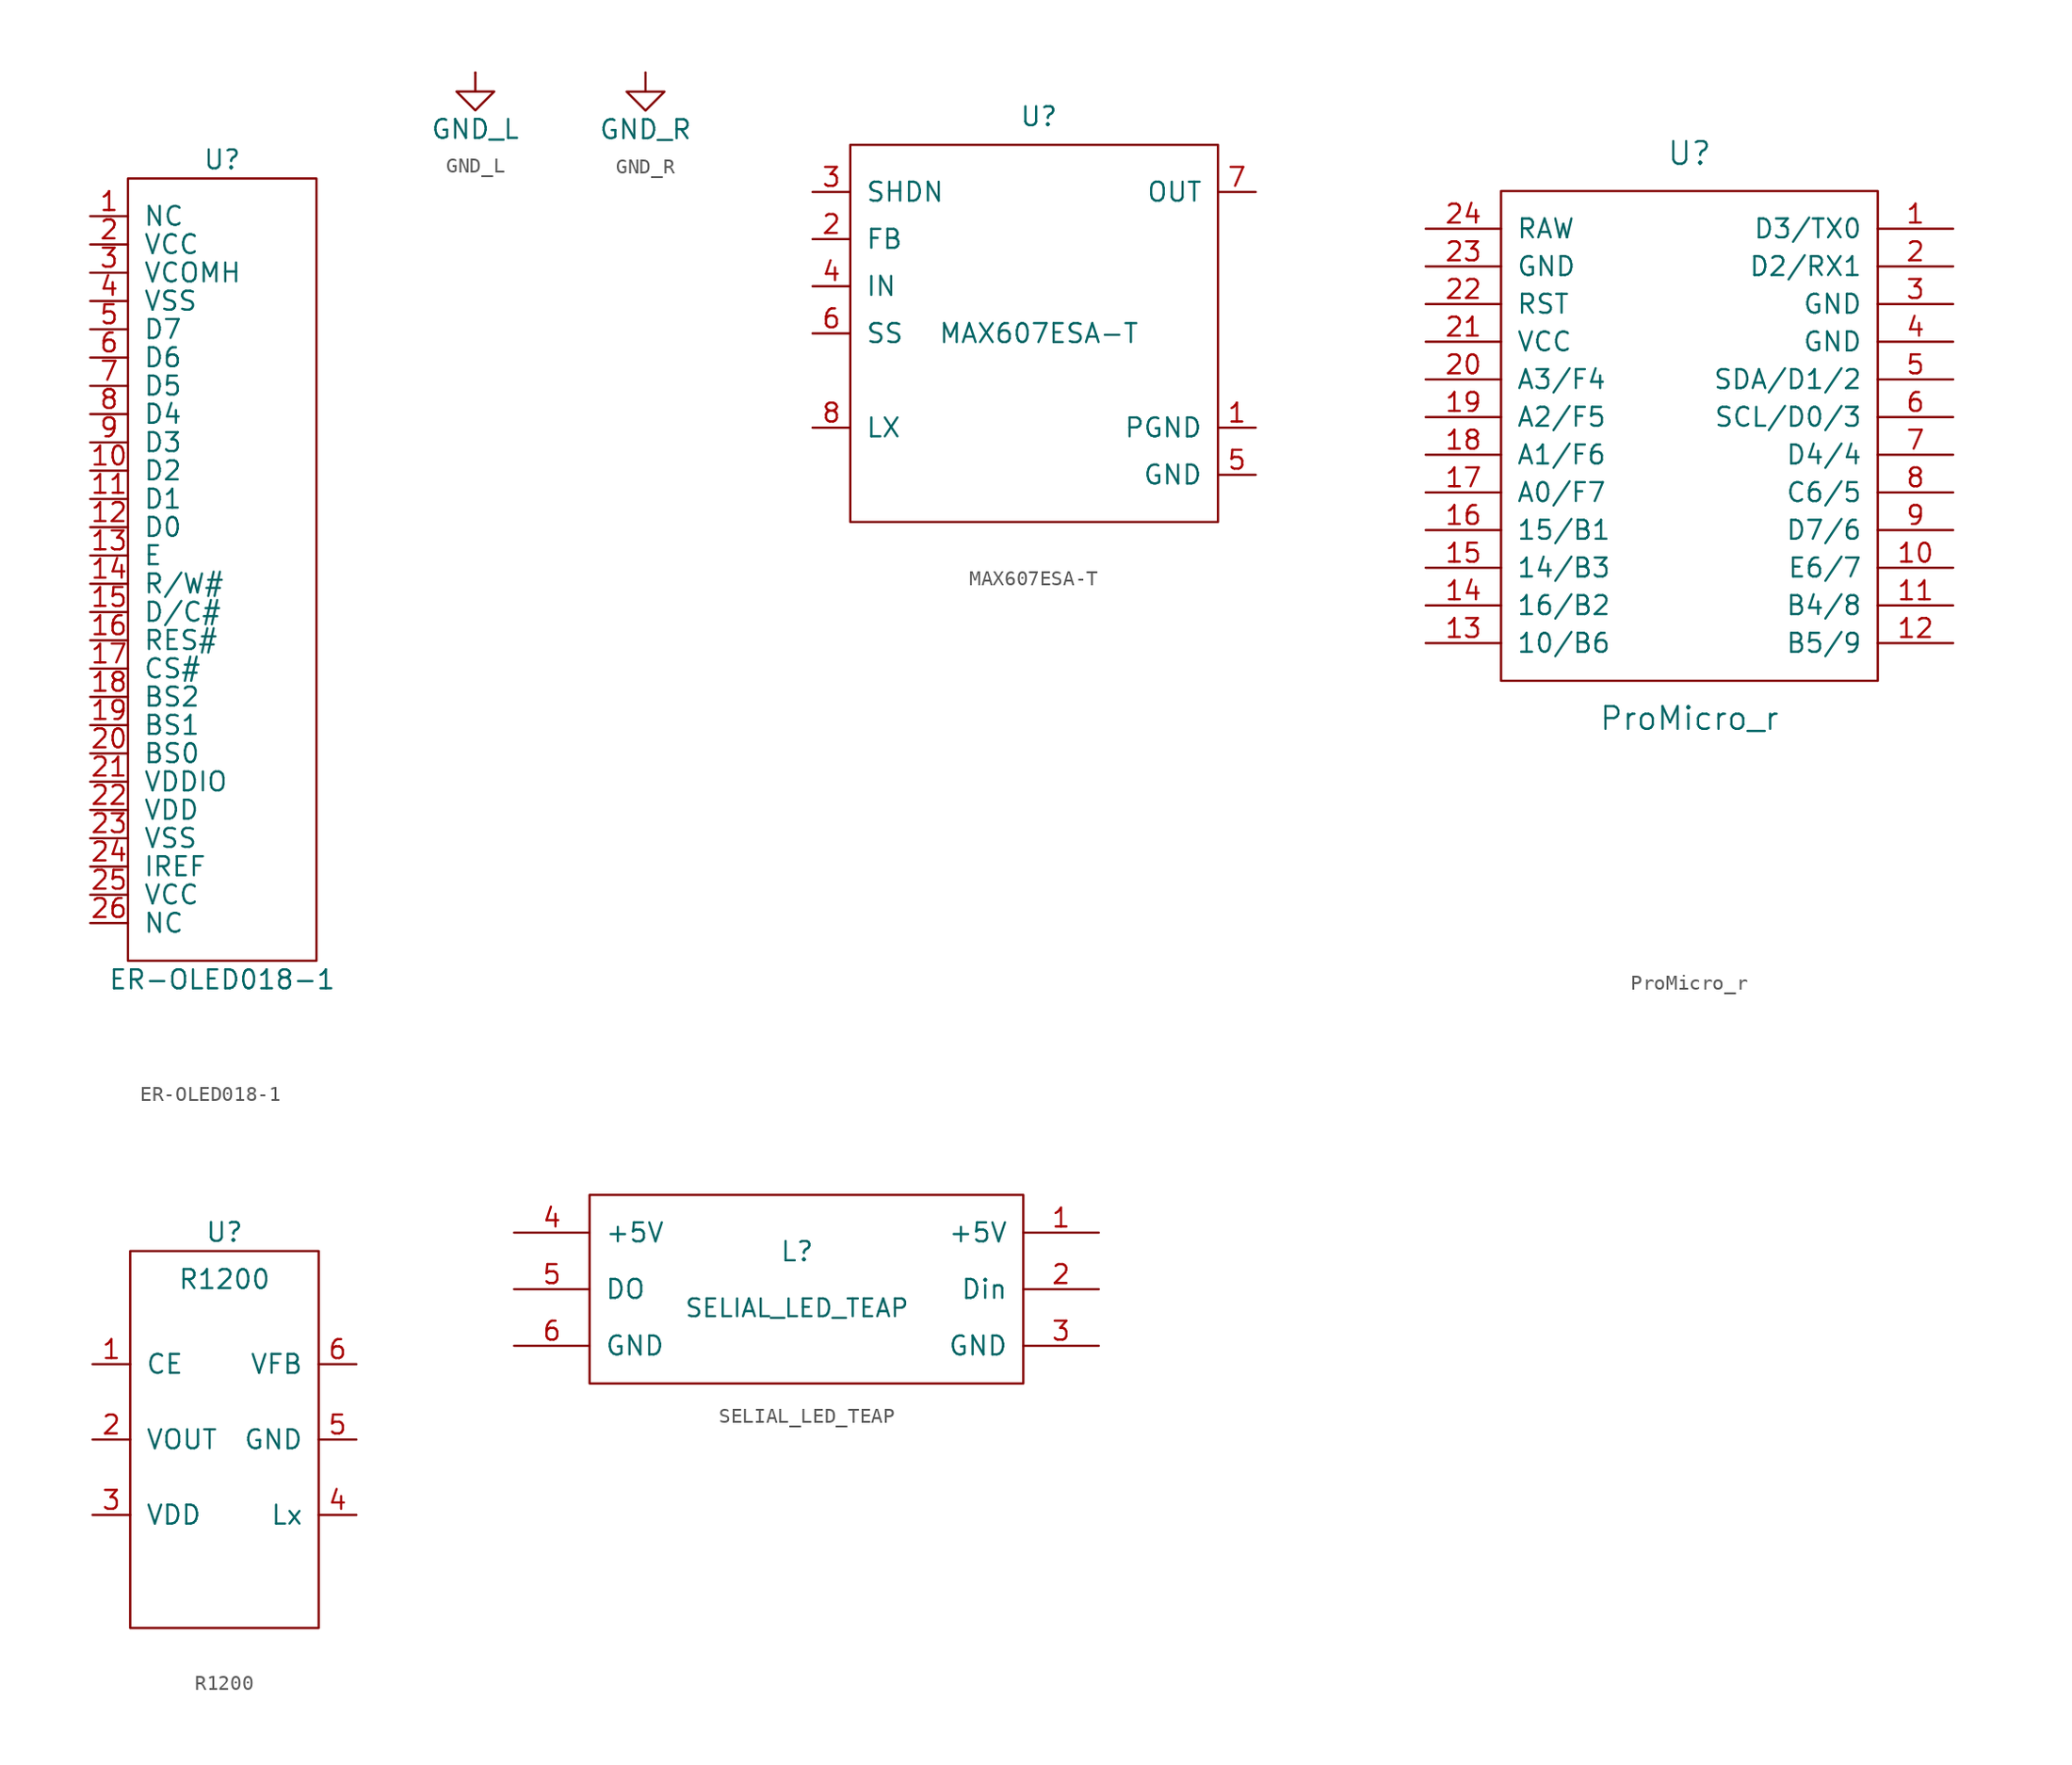
<source format=kicad_sym>
(kicad_symbol_lib
  (version 20241209)
  (generator "kicad_symbol_editor")
  (generator_version "9.0")
  (symbol "ER-OLED018-1"
    (pin_names
      (offset 1.016))
    (property "Reference" "U"
      (at 0 26.67 0)
      (effects (font (size 1.27 1.27))))
    (property "Value" "ER-OLED018-1"
      (at 0 -28.575 0)
      (effects (font (size 1.27 1.27))))
    (symbol "ER-OLED018-1_0_1"
      (rectangle (start -6.35 25.4) (end 6.35 -27.305) (stroke (width 0) (type solid)) (fill (type none))))
    (symbol "ER-OLED018-1_1_1"
      (pin input line (at -8.89 22.86 0) (length 2.54) (name "NC" (effects (font (size 1.27 1.27)))) (number "1" (effects (font (size 1.27 1.27)))))
      (pin input line (at -8.89 20.955 0) (length 2.54) (name "VCC" (effects (font (size 1.27 1.27)))) (number "2" (effects (font (size 1.27 1.27)))))
      (pin input line (at -8.89 19.05 0) (length 2.54) (name "VCOMH" (effects (font (size 1.27 1.27)))) (number "3" (effects (font (size 1.27 1.27)))))
      (pin input line (at -8.89 17.145 0) (length 2.54) (name "VSS" (effects (font (size 1.27 1.27)))) (number "4" (effects (font (size 1.27 1.27)))))
      (pin input line (at -8.89 15.24 0) (length 2.54) (name "D7" (effects (font (size 1.27 1.27)))) (number "5" (effects (font (size 1.27 1.27)))))
      (pin input line (at -8.89 13.335 0) (length 2.54) (name "D6" (effects (font (size 1.27 1.27)))) (number "6" (effects (font (size 1.27 1.27)))))
      (pin input line (at -8.89 11.43 0) (length 2.54) (name "D5" (effects (font (size 1.27 1.27)))) (number "7" (effects (font (size 1.27 1.27)))))
      (pin input line (at -8.89 9.525 0) (length 2.54) (name "D4" (effects (font (size 1.27 1.27)))) (number "8" (effects (font (size 1.27 1.27)))))
      (pin input line (at -8.89 7.62 0) (length 2.54) (name "D3" (effects (font (size 1.27 1.27)))) (number "9" (effects (font (size 1.27 1.27)))))
      (pin input line (at -8.89 5.715 0) (length 2.54) (name "D2" (effects (font (size 1.27 1.27)))) (number "10" (effects (font (size 1.27 1.27)))))
      (pin input line (at -8.89 3.81 0) (length 2.54) (name "D1" (effects (font (size 1.27 1.27)))) (number "11" (effects (font (size 1.27 1.27)))))
      (pin input line (at -8.89 1.905 0) (length 2.54) (name "D0" (effects (font (size 1.27 1.27)))) (number "12" (effects (font (size 1.27 1.27)))))
      (pin input line (at -8.89 0 0) (length 2.54) (name "E" (effects (font (size 1.27 1.27)))) (number "13" (effects (font (size 1.27 1.27)))))
      (pin input line (at -8.89 -1.905 0) (length 2.54) (name "R/W#" (effects (font (size 1.27 1.27)))) (number "14" (effects (font (size 1.27 1.27)))))
      (pin input line (at -8.89 -3.81 0) (length 2.54) (name "D/C#" (effects (font (size 1.27 1.27)))) (number "15" (effects (font (size 1.27 1.27)))))
      (pin input line (at -8.89 -5.715 0) (length 2.54) (name "RES#" (effects (font (size 1.27 1.27)))) (number "16" (effects (font (size 1.27 1.27)))))
      (pin input line (at -8.89 -7.62 0) (length 2.54) (name "CS#" (effects (font (size 1.27 1.27)))) (number "17" (effects (font (size 1.27 1.27)))))
      (pin input line (at -8.89 -9.525 0) (length 2.54) (name "BS2" (effects (font (size 1.27 1.27)))) (number "18" (effects (font (size 1.27 1.27)))))
      (pin input line (at -8.89 -11.43 0) (length 2.54) (name "BS1" (effects (font (size 1.27 1.27)))) (number "19" (effects (font (size 1.27 1.27)))))
      (pin input line (at -8.89 -13.335 0) (length 2.54) (name "BS0" (effects (font (size 1.27 1.27)))) (number "20" (effects (font (size 1.27 1.27)))))
      (pin input line (at -8.89 -15.24 0) (length 2.54) (name "VDDIO" (effects (font (size 1.27 1.27)))) (number "21" (effects (font (size 1.27 1.27)))))
      (pin input line (at -8.89 -17.145 0) (length 2.54) (name "VDD" (effects (font (size 1.27 1.27)))) (number "22" (effects (font (size 1.27 1.27)))))
      (pin input line (at -8.89 -19.05 0) (length 2.54) (name "VSS" (effects (font (size 1.27 1.27)))) (number "23" (effects (font (size 1.27 1.27)))))
      (pin input line (at -8.89 -20.955 0) (length 2.54) (name "IREF" (effects (font (size 1.27 1.27)))) (number "24" (effects (font (size 1.27 1.27)))))
      (pin input line (at -8.89 -22.86 0) (length 2.54) (name "VCC" (effects (font (size 1.27 1.27)))) (number "25" (effects (font (size 1.27 1.27)))))
      (pin input line (at -8.89 -24.765 0) (length 2.54) (name "NC" (effects (font (size 1.27 1.27)))) (number "26" (effects (font (size 1.27 1.27)))))))
  (symbol "GND_L"
    (power)
    (pin_numbers
      (hide yes))
    (pin_names
      (offset 0)
      (hide yes))
    (property "Reference" "#PWR"
      (at 0 -6.35 0)
      (effects (font (size 1.27 1.27)) (hide yes)))
    (property "Value" "GND_L"
      (at 0 -3.81 0)
      (effects (font (size 1.27 1.27))))
    (symbol "GND_L_0_1"
      (polyline (pts (xy 0 0) (xy 0 -1.27) (xy 1.27 -1.27) (xy 0 -2.54) (xy -1.27 -1.27) (xy 0 -1.27)) (stroke (width 0) (type default)) (fill (type none))))
    (symbol "GND_L_1_1"
      (pin power_in line (at 0 0 270) (length 0) (name "GND_L" (effects (font (size 1.27 1.27)))) (number "1" (effects (font (size 1.27 1.27)))))))
  (symbol "GND_R"
    (power)
    (pin_numbers
      (hide yes))
    (pin_names
      (offset 0)
      (hide yes))
    (property "Reference" "#PWR"
      (at 0 -6.35 0)
      (effects (font (size 1.27 1.27)) (hide yes)))
    (property "Value" "GND_R"
      (at 0 -3.81 0)
      (effects (font (size 1.27 1.27))))
    (symbol "GND_R_0_1"
      (polyline (pts (xy 0 0) (xy 0 -1.27) (xy 1.27 -1.27) (xy 0 -2.54) (xy -1.27 -1.27) (xy 0 -1.27)) (stroke (width 0) (type default)) (fill (type none))))
    (symbol "GND_R_1_1"
      (pin power_in line (at 0 0 270) (length 0) (name "GND_R" (effects (font (size 1.27 1.27)))) (number "1" (effects (font (size 1.27 1.27)))))))
  (symbol "MAX607ESA-T"
    (pin_names
      (offset 1.016))
    (property "Reference" "U"
      (at 0 14.605 0)
      (effects (font (size 1.27 1.27))))
    (property "Value" "MAX607ESA-T"
      (at 0 0 0)
      (effects (font (size 1.27 1.27))))
    (symbol "MAX607ESA-T_0_1"
      (rectangle (start -12.7 12.7) (end 12.065 -12.7) (stroke (width 0) (type solid)) (fill (type none))))
    (symbol "MAX607ESA-T_1_1"
      (pin input line (at -15.24 9.525 0) (length 2.54) (name "SHDN" (effects (font (size 1.27 1.27)))) (number "3" (effects (font (size 1.27 1.27)))))
      (pin input line (at -15.24 6.35 0) (length 2.54) (name "FB" (effects (font (size 1.27 1.27)))) (number "2" (effects (font (size 1.27 1.27)))))
      (pin input line (at -15.24 3.175 0) (length 2.54) (name "IN" (effects (font (size 1.27 1.27)))) (number "4" (effects (font (size 1.27 1.27)))))
      (pin input line (at -15.24 0 0) (length 2.54) (name "SS" (effects (font (size 1.27 1.27)))) (number "6" (effects (font (size 1.27 1.27)))))
      (pin input line (at -15.24 -6.35 0) (length 2.54) (name "LX" (effects (font (size 1.27 1.27)))) (number "8" (effects (font (size 1.27 1.27)))))
      (pin output line (at 14.605 9.525 180) (length 2.54) (name "OUT" (effects (font (size 1.27 1.27)))) (number "7" (effects (font (size 1.27 1.27)))))
      (pin input line (at 14.605 -6.35 180) (length 2.54) (name "PGND" (effects (font (size 1.27 1.27)))) (number "1" (effects (font (size 1.27 1.27)))))
      (pin input line (at 14.605 -9.525 180) (length 2.54) (name "GND" (effects (font (size 1.27 1.27)))) (number "5" (effects (font (size 1.27 1.27)))))))
  (symbol "ProMicro_r"
    (pin_names
      (offset 1.016))
    (property "Reference" "U"
      (at 1.27 22.86 0)
      (effects (font (size 1.524 1.524))))
    (property "Value" "ProMicro_r"
      (at 1.27 -15.24 0)
      (effects (font (size 1.524 1.524))))
    (property "Footprint" ""
      (at 3.81 -26.67 0)
      (effects (font (size 1.524 1.524))))
    (property "Datasheet" ""
      (at 3.81 -26.67 0)
      (effects (font (size 1.524 1.524))))
    (symbol "ProMicro_r_0_1"
      (rectangle (start 13.97 20.32) (end -11.43 -12.7) (stroke (width 0) (type solid)) (fill (type none))))
    (symbol "ProMicro_r_1_1"
      (pin power_out line (at -16.51 17.78 0) (length 5.08) (name "RAW" (effects (font (size 1.27 1.27)))) (number "24" (effects (font (size 1.27 1.27)))))
      (pin power_in line (at -16.51 15.24 0) (length 5.08) (name "GND" (effects (font (size 1.27 1.27)))) (number "23" (effects (font (size 1.27 1.27)))))
      (pin input line (at -16.51 12.7 0) (length 5.08) (name "RST" (effects (font (size 1.27 1.27)))) (number "22" (effects (font (size 1.27 1.27)))))
      (pin power_in line (at -16.51 10.16 0) (length 5.08) (name "VCC" (effects (font (size 1.27 1.27)))) (number "21" (effects (font (size 1.27 1.27)))))
      (pin bidirectional line (at -16.51 7.62 0) (length 5.08) (name "A3/F4" (effects (font (size 1.27 1.27)))) (number "20" (effects (font (size 1.27 1.27)))))
      (pin bidirectional line (at -16.51 5.08 0) (length 5.08) (name "A2/F5" (effects (font (size 1.27 1.27)))) (number "19" (effects (font (size 1.27 1.27)))))
      (pin bidirectional line (at -16.51 2.54 0) (length 5.08) (name "A1/F6" (effects (font (size 1.27 1.27)))) (number "18" (effects (font (size 1.27 1.27)))))
      (pin bidirectional line (at -16.51 0 0) (length 5.08) (name "A0/F7" (effects (font (size 1.27 1.27)))) (number "17" (effects (font (size 1.27 1.27)))))
      (pin bidirectional line (at -16.51 -2.54 0) (length 5.08) (name "15/B1" (effects (font (size 1.27 1.27)))) (number "16" (effects (font (size 1.27 1.27)))))
      (pin bidirectional line (at -16.51 -5.08 0) (length 5.08) (name "14/B3" (effects (font (size 1.27 1.27)))) (number "15" (effects (font (size 1.27 1.27)))))
      (pin bidirectional line (at -16.51 -7.62 0) (length 5.08) (name "16/B2" (effects (font (size 1.27 1.27)))) (number "14" (effects (font (size 1.27 1.27)))))
      (pin bidirectional line (at -16.51 -10.16 0) (length 5.08) (name "10/B6" (effects (font (size 1.27 1.27)))) (number "13" (effects (font (size 1.27 1.27)))))
      (pin bidirectional line (at 19.05 17.78 180) (length 5.08) (name "D3/TX0" (effects (font (size 1.27 1.27)))) (number "1" (effects (font (size 1.27 1.27)))))
      (pin bidirectional line (at 19.05 15.24 180) (length 5.08) (name "D2/RX1" (effects (font (size 1.27 1.27)))) (number "2" (effects (font (size 1.27 1.27)))))
      (pin power_in line (at 19.05 12.7 180) (length 5.08) (name "GND" (effects (font (size 1.27 1.27)))) (number "3" (effects (font (size 1.27 1.27)))))
      (pin power_in line (at 19.05 10.16 180) (length 5.08) (name "GND" (effects (font (size 1.27 1.27)))) (number "4" (effects (font (size 1.27 1.27)))))
      (pin bidirectional line (at 19.05 7.62 180) (length 5.08) (name "SDA/D1/2" (effects (font (size 1.27 1.27)))) (number "5" (effects (font (size 1.27 1.27)))))
      (pin bidirectional line (at 19.05 5.08 180) (length 5.08) (name "SCL/D0/3" (effects (font (size 1.27 1.27)))) (number "6" (effects (font (size 1.27 1.27)))))
      (pin bidirectional line (at 19.05 2.54 180) (length 5.08) (name "D4/4" (effects (font (size 1.27 1.27)))) (number "7" (effects (font (size 1.27 1.27)))))
      (pin bidirectional line (at 19.05 0 180) (length 5.08) (name "C6/5" (effects (font (size 1.27 1.27)))) (number "8" (effects (font (size 1.27 1.27)))))
      (pin bidirectional line (at 19.05 -2.54 180) (length 5.08) (name "D7/6" (effects (font (size 1.27 1.27)))) (number "9" (effects (font (size 1.27 1.27)))))
      (pin bidirectional line (at 19.05 -5.08 180) (length 5.08) (name "E6/7" (effects (font (size 1.27 1.27)))) (number "10" (effects (font (size 1.27 1.27)))))
      (pin bidirectional line (at 19.05 -7.62 180) (length 5.08) (name "B4/8" (effects (font (size 1.27 1.27)))) (number "11" (effects (font (size 1.27 1.27)))))
      (pin bidirectional line (at 19.05 -10.16 180) (length 5.08) (name "B5/9" (effects (font (size 1.27 1.27)))) (number "12" (effects (font (size 1.27 1.27)))))))
  (symbol "R1200"
    (pin_names
      (offset 1.016))
    (property "Reference" "U"
      (at 0 13.97 0)
      (effects (font (size 1.27 1.27))))
    (property "Value" "R1200"
      (at 0 10.795 0)
      (effects (font (size 1.27 1.27))))
    (symbol "R1200_0_1"
      (rectangle (start -6.35 12.7) (end 6.35 -12.7) (stroke (width 0) (type solid)) (fill (type none))))
    (symbol "R1200_1_1"
      (pin input line (at -8.89 5.08 0) (length 2.54) (name "CE" (effects (font (size 1.27 1.27)))) (number "1" (effects (font (size 1.27 1.27)))))
      (pin output line (at -8.89 0 0) (length 2.54) (name "VOUT" (effects (font (size 1.27 1.27)))) (number "2" (effects (font (size 1.27 1.27)))))
      (pin input line (at -8.89 -5.08 0) (length 2.54) (name "VDD" (effects (font (size 1.27 1.27)))) (number "3" (effects (font (size 1.27 1.27)))))
      (pin input line (at 8.89 5.08 180) (length 2.54) (name "VFB" (effects (font (size 1.27 1.27)))) (number "6" (effects (font (size 1.27 1.27)))))
      (pin input line (at 8.89 0 180) (length 2.54) (name "GND" (effects (font (size 1.27 1.27)))) (number "5" (effects (font (size 1.27 1.27)))))
      (pin output line (at 8.89 -5.08 180) (length 2.54) (name "Lx" (effects (font (size 1.27 1.27)))) (number "4" (effects (font (size 1.27 1.27)))))))
  (symbol "SELIAL_LED_TEAP"
    (pin_names
      (offset 1.016))
    (property "Reference" "L"
      (at 0 2.54 0)
      (effects (font (size 1.295 1.295))))
    (property "Value" "SELIAL_LED_TEAP"
      (at 0 -1.27 0)
      (effects (font (size 1.194 1.194))))
    (symbol "SELIAL_LED_TEAP_0_1"
      (rectangle (start -13.97 6.35) (end 15.24 -6.35) (stroke (width 0) (type solid)) (fill (type none))))
    (symbol "SELIAL_LED_TEAP_1_1"
      (pin power_out line (at -19.05 3.81 0) (length 5.08) (name "+5V" (effects (font (size 1.27 1.27)))) (number "4" (effects (font (size 1.27 1.27)))))
      (pin output line (at -19.05 0 0) (length 5.08) (name "DO" (effects (font (size 1.27 1.27)))) (number "5" (effects (font (size 1.27 1.27)))))
      (pin power_out line (at -19.05 -3.81 0) (length 5.08) (name "GND" (effects (font (size 1.27 1.27)))) (number "6" (effects (font (size 1.27 1.27)))))
      (pin power_in line (at 20.32 3.81 180) (length 5.08) (name "+5V" (effects (font (size 1.27 1.27)))) (number "1" (effects (font (size 1.27 1.27)))))
      (pin input line (at 20.32 0 180) (length 5.08) (name "Din" (effects (font (size 1.27 1.27)))) (number "2" (effects (font (size 1.27 1.27)))))
      (pin power_in line (at 20.32 -3.81 180) (length 5.08) (name "GND" (effects (font (size 1.27 1.27)))) (number "3" (effects (font (size 1.27 1.27))))))))
</source>
